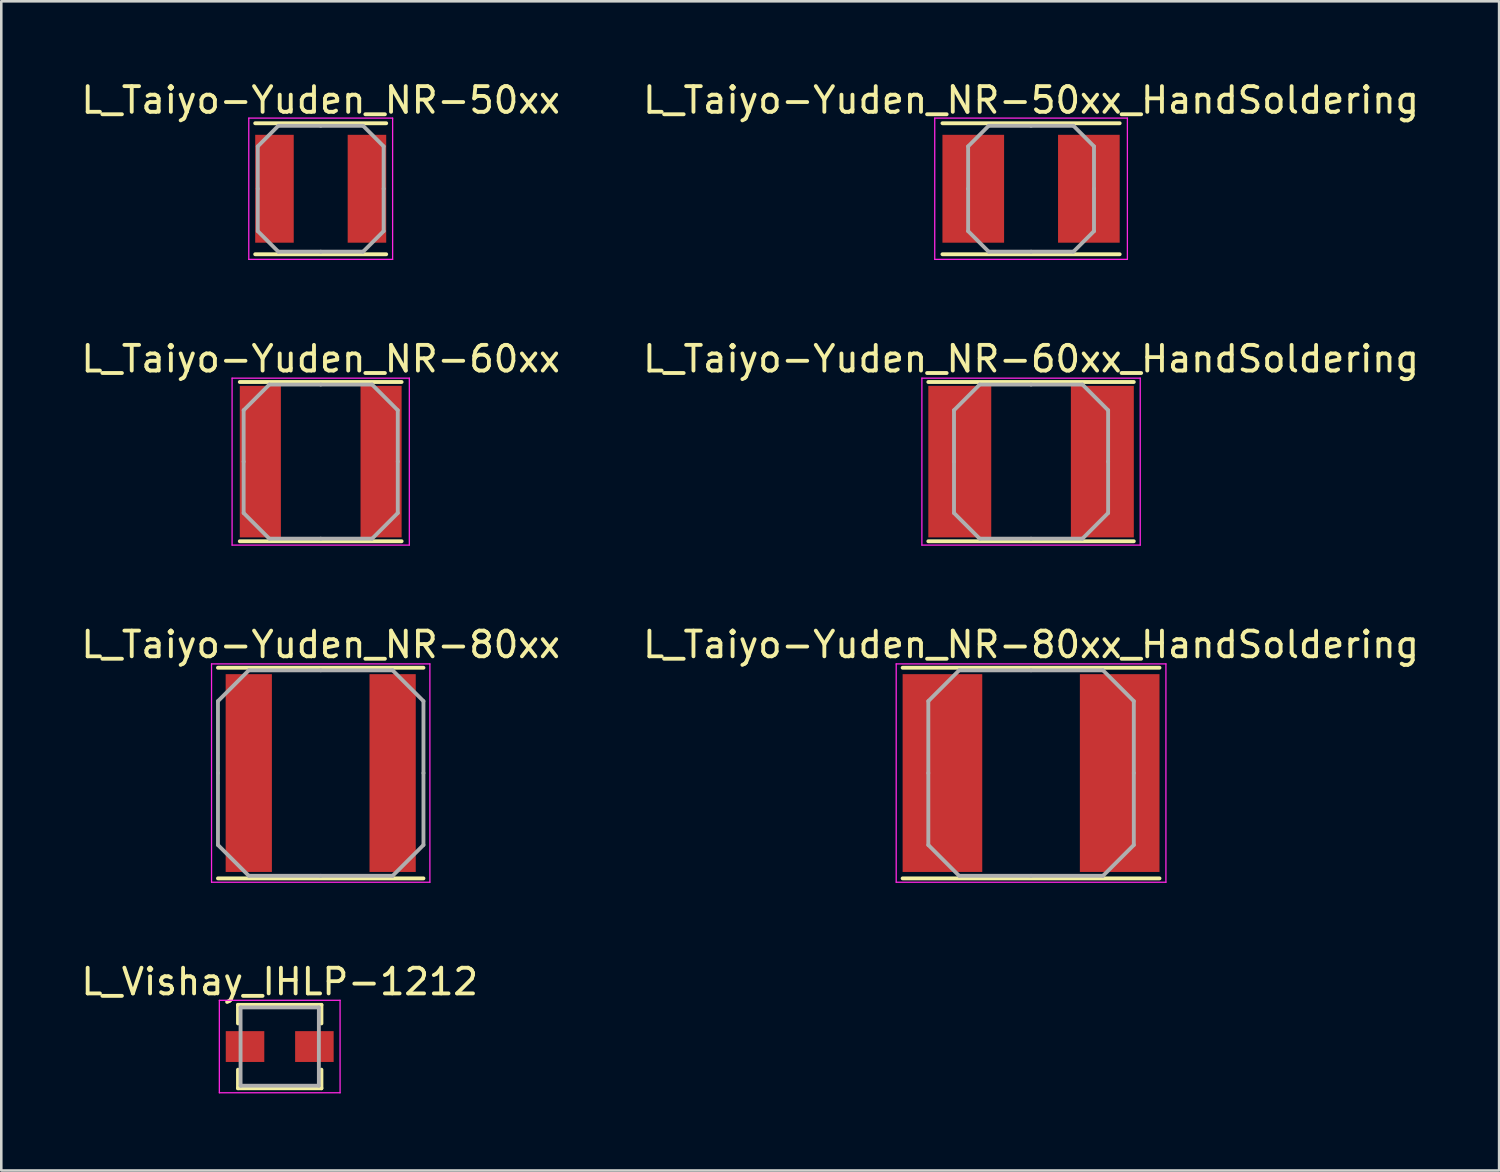
<source format=kicad_pcb>
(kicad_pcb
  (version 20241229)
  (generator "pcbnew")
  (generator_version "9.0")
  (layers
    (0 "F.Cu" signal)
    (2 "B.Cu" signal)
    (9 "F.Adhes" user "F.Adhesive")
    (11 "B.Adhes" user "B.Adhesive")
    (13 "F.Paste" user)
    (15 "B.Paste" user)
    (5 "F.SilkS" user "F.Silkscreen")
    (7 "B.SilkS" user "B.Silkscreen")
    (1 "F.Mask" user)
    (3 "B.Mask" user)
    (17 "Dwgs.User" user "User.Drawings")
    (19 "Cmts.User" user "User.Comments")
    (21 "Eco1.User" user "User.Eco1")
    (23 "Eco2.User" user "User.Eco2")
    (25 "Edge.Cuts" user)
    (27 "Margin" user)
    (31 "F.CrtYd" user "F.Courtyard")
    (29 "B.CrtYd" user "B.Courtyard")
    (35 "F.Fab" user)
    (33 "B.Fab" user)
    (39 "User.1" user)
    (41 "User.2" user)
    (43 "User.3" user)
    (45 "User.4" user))
  (footprint "L_Vishay_IHLP-1212"
    (layer "F.Cu")
    (at 7.839 37.692)
    (property "Reference" "L_Vishay_IHLP-1212" (at 0 -2.524 0) (layer "F.SilkS") (effects (font (size 1 1) (thickness 0.15))))
    (attr smd)
    (fp_line (start -1.624 -1.624) (end 1.624 -1.624) (stroke (width 0.15) (type solid)) (layer "F.SilkS"))
    (fp_line (start -1.624 -0.9) (end -1.624 -1.624) (stroke (width 0.15) (type solid)) (layer "F.SilkS"))
    (fp_line (start -1.624 0.9) (end -1.624 1.624) (stroke (width 0.15) (type solid)) (layer "F.SilkS"))
    (fp_line (start -1.624 1.624) (end 1.624 1.624) (stroke (width 0.15) (type solid)) (layer "F.SilkS"))
    (fp_line (start 1.624 -1.624) (end 1.624 -0.9) (stroke (width 0.15) (type solid)) (layer "F.SilkS"))
    (fp_line (start 1.624 1.624) (end 1.624 0.9) (stroke (width 0.15) (type solid)) (layer "F.SilkS"))
    (fp_line (start -2.35 -1.8) (end -2.35 1.8) (stroke (width 0.05) (type solid)) (layer "F.CrtYd"))
    (fp_line (start -2.35 1.8) (end 2.35 1.8) (stroke (width 0.05) (type solid)) (layer "F.CrtYd"))
    (fp_line (start 2.35 -1.8) (end -2.35 -1.8) (stroke (width 0.05) (type solid)) (layer "F.CrtYd"))
    (fp_line (start 2.35 1.8) (end 2.35 -1.8) (stroke (width 0.05) (type solid)) (layer "F.CrtYd"))
    (fp_line (start -1.524 -1.524) (end -1.524 1.524) (stroke (width 0.15) (type solid)) (layer "F.Fab"))
    (fp_line (start -1.524 1.524) (end 1.524 1.524) (stroke (width 0.15) (type solid)) (layer "F.Fab"))
    (fp_line (start 1.524 -1.524) (end -1.524 -1.524) (stroke (width 0.15) (type solid)) (layer "F.Fab"))
    (fp_line (start 1.524 1.524) (end 1.524 -1.524) (stroke (width 0.15) (type solid)) (layer "F.Fab"))
    (pad "1" smd rect (at -1.35 0) (size 1.5 1.2) (layers "F.Cu" "F.Mask" "F.Paste"))
    (pad "2" smd rect (at 1.35 0) (size 1.5 1.2) (layers "F.Cu" "F.Mask" "F.Paste")))
  (footprint "L_Taiyo-Yuden_NR-60xx_HandSoldering"
    (layer "F.Cu")
    (at 37.089 14.921)
    (property "Reference" "L_Taiyo-Yuden_NR-60xx_HandSoldering" (at 0 -4 0) (layer "F.SilkS") (effects (font (size 1 1) (thickness 0.15))))
    (attr smd)
    (fp_line (start -4 -3.1) (end 4 -3.1) (stroke (width 0.15) (type solid)) (layer "F.SilkS"))
    (fp_line (start -4 3.1) (end 4 3.1) (stroke (width 0.15) (type solid)) (layer "F.SilkS"))
    (fp_line (start -4.25 -3.25) (end -4.25 3.25) (stroke (width 0.05) (type solid)) (layer "F.CrtYd"))
    (fp_line (start -4.25 3.25) (end 4.25 3.25) (stroke (width 0.05) (type solid)) (layer "F.CrtYd"))
    (fp_line (start 4.25 -3.25) (end -4.25 -3.25) (stroke (width 0.05) (type solid)) (layer "F.CrtYd"))
    (fp_line (start 4.25 3.25) (end 4.25 -3.25) (stroke (width 0.05) (type solid)) (layer "F.CrtYd"))
    (fp_line (start -3 -2) (end -2 -3) (stroke (width 0.15) (type solid)) (layer "F.Fab"))
    (fp_line (start -3 0) (end -3 -2) (stroke (width 0.15) (type solid)) (layer "F.Fab"))
    (fp_line (start -3 0) (end -3 2) (stroke (width 0.15) (type solid)) (layer "F.Fab"))
    (fp_line (start -3 2) (end -2 3) (stroke (width 0.15) (type solid)) (layer "F.Fab"))
    (fp_line (start -2 -3) (end 0 -3) (stroke (width 0.15) (type solid)) (layer "F.Fab"))
    (fp_line (start -2 3) (end 0 3) (stroke (width 0.15) (type solid)) (layer "F.Fab"))
    (fp_line (start 2 -3) (end 0 -3) (stroke (width 0.15) (type solid)) (layer "F.Fab"))
    (fp_line (start 2 3) (end 0 3) (stroke (width 0.15) (type solid)) (layer "F.Fab"))
    (fp_line (start 3 -2) (end 2 -3) (stroke (width 0.15) (type solid)) (layer "F.Fab"))
    (fp_line (start 3 0) (end 3 -2) (stroke (width 0.15) (type solid)) (layer "F.Fab"))
    (fp_line (start 3 0) (end 3 2) (stroke (width 0.15) (type solid)) (layer "F.Fab"))
    (fp_line (start 3 2) (end 2 3) (stroke (width 0.15) (type solid)) (layer "F.Fab"))
    (pad "1" smd rect (at -2.775 0) (size 2.45 5.9) (layers "F.Cu" "F.Mask" "F.Paste"))
    (pad "2" smd rect (at 2.775 0) (size 2.45 5.9) (layers "F.Cu" "F.Mask" "F.Paste")))
  (footprint "L_Taiyo-Yuden_NR-80xx_HandSoldering"
    (layer "F.Cu")
    (at 37.089 27.045)
    (property "Reference" "L_Taiyo-Yuden_NR-80xx_HandSoldering" (at 0 -5 0) (layer "F.SilkS") (effects (font (size 1 1) (thickness 0.15))))
    (attr smd)
    (fp_line (start -5 -4.1) (end 5 -4.1) (stroke (width 0.15) (type solid)) (layer "F.SilkS"))
    (fp_line (start -5 4.1) (end 5 4.1) (stroke (width 0.15) (type solid)) (layer "F.SilkS"))
    (fp_line (start -5.25 -4.25) (end -5.25 4.25) (stroke (width 0.05) (type solid)) (layer "F.CrtYd"))
    (fp_line (start -5.25 4.25) (end 5.25 4.25) (stroke (width 0.05) (type solid)) (layer "F.CrtYd"))
    (fp_line (start 5.25 -4.25) (end -5.25 -4.25) (stroke (width 0.05) (type solid)) (layer "F.CrtYd"))
    (fp_line (start 5.25 4.25) (end 5.25 -4.25) (stroke (width 0.05) (type solid)) (layer "F.CrtYd"))
    (fp_line (start -4 -2.8) (end -2.8 -4) (stroke (width 0.15) (type solid)) (layer "F.Fab"))
    (fp_line (start -4 0) (end -4 -2.8) (stroke (width 0.15) (type solid)) (layer "F.Fab"))
    (fp_line (start -4 0) (end -4 2.8) (stroke (width 0.15) (type solid)) (layer "F.Fab"))
    (fp_line (start -4 2.8) (end -2.8 4) (stroke (width 0.15) (type solid)) (layer "F.Fab"))
    (fp_line (start -2.8 -4) (end 0 -4) (stroke (width 0.15) (type solid)) (layer "F.Fab"))
    (fp_line (start -2.8 4) (end 0 4) (stroke (width 0.15) (type solid)) (layer "F.Fab"))
    (fp_line (start 2.8 -4) (end 0 -4) (stroke (width 0.15) (type solid)) (layer "F.Fab"))
    (fp_line (start 2.8 4) (end 0 4) (stroke (width 0.15) (type solid)) (layer "F.Fab"))
    (fp_line (start 4 -2.8) (end 2.8 -4) (stroke (width 0.15) (type solid)) (layer "F.Fab"))
    (fp_line (start 4 0) (end 4 -2.8) (stroke (width 0.15) (type solid)) (layer "F.Fab"))
    (fp_line (start 4 0) (end 4 2.8) (stroke (width 0.15) (type solid)) (layer "F.Fab"))
    (fp_line (start 4 2.8) (end 2.8 4) (stroke (width 0.15) (type solid)) (layer "F.Fab"))
    (pad "1" smd rect (at -3.45 0) (size 3.1 7.7) (layers "F.Cu" "F.Mask" "F.Paste"))
    (pad "2" smd rect (at 3.45 0) (size 3.1 7.7) (layers "F.Cu" "F.Mask" "F.Paste")))
  (footprint "L_Taiyo-Yuden_NR-60xx"
    (layer "F.Cu")
    (at 9.435 14.921)
    (property "Reference" "L_Taiyo-Yuden_NR-60xx" (at 0 -4 0) (layer "F.SilkS") (effects (font (size 1 1) (thickness 0.15))))
    (attr smd)
    (fp_line (start -3.15 -3.1) (end 3.15 -3.1) (stroke (width 0.15) (type solid)) (layer "F.SilkS"))
    (fp_line (start -3.15 3.1) (end 3.15 3.1) (stroke (width 0.15) (type solid)) (layer "F.SilkS"))
    (fp_line (start -3.45 -3.25) (end -3.45 3.25) (stroke (width 0.05) (type solid)) (layer "F.CrtYd"))
    (fp_line (start -3.45 3.25) (end 3.45 3.25) (stroke (width 0.05) (type solid)) (layer "F.CrtYd"))
    (fp_line (start 3.45 -3.25) (end -3.45 -3.25) (stroke (width 0.05) (type solid)) (layer "F.CrtYd"))
    (fp_line (start 3.45 3.25) (end 3.45 -3.25) (stroke (width 0.05) (type solid)) (layer "F.CrtYd"))
    (fp_line (start -3 -2) (end -2 -3) (stroke (width 0.15) (type solid)) (layer "F.Fab"))
    (fp_line (start -3 0) (end -3 -2) (stroke (width 0.15) (type solid)) (layer "F.Fab"))
    (fp_line (start -3 0) (end -3 2) (stroke (width 0.15) (type solid)) (layer "F.Fab"))
    (fp_line (start -3 2) (end -2 3) (stroke (width 0.15) (type solid)) (layer "F.Fab"))
    (fp_line (start -2 -3) (end 0 -3) (stroke (width 0.15) (type solid)) (layer "F.Fab"))
    (fp_line (start -2 3) (end 0 3) (stroke (width 0.15) (type solid)) (layer "F.Fab"))
    (fp_line (start 2 -3) (end 0 -3) (stroke (width 0.15) (type solid)) (layer "F.Fab"))
    (fp_line (start 2 3) (end 0 3) (stroke (width 0.15) (type solid)) (layer "F.Fab"))
    (fp_line (start 3 -2) (end 2 -3) (stroke (width 0.15) (type solid)) (layer "F.Fab"))
    (fp_line (start 3 0) (end 3 -2) (stroke (width 0.15) (type solid)) (layer "F.Fab"))
    (fp_line (start 3 0) (end 3 2) (stroke (width 0.15) (type solid)) (layer "F.Fab"))
    (fp_line (start 3 2) (end 2 3) (stroke (width 0.15) (type solid)) (layer "F.Fab"))
    (pad "1" smd rect (at -2.35 0) (size 1.6 5.9) (layers "F.Cu" "F.Mask" "F.Paste"))
    (pad "2" smd rect (at 2.35 0) (size 1.6 5.9) (layers "F.Cu" "F.Mask" "F.Paste")))
  (footprint "L_Taiyo-Yuden_NR-50xx_HandSoldering"
    (layer "F.Cu")
    (at 37.089 4.298)
    (property "Reference" "L_Taiyo-Yuden_NR-50xx_HandSoldering" (at 0 -3.45 0) (layer "F.SilkS") (effects (font (size 1 1) (thickness 0.15))))
    (attr smd)
    (fp_line (start -3.45 -2.55) (end 3.45 -2.55) (stroke (width 0.15) (type solid)) (layer "F.SilkS"))
    (fp_line (start -3.45 2.55) (end 3.45 2.55) (stroke (width 0.15) (type solid)) (layer "F.SilkS"))
    (fp_line (start -3.75 -2.75) (end -3.75 2.75) (stroke (width 0.05) (type solid)) (layer "F.CrtYd"))
    (fp_line (start -3.75 2.75) (end 3.75 2.75) (stroke (width 0.05) (type solid)) (layer "F.CrtYd"))
    (fp_line (start 3.75 -2.75) (end -3.75 -2.75) (stroke (width 0.05) (type solid)) (layer "F.CrtYd"))
    (fp_line (start 3.75 2.75) (end 3.75 -2.75) (stroke (width 0.05) (type solid)) (layer "F.CrtYd"))
    (fp_line (start -2.45 -1.65) (end -1.65 -2.45) (stroke (width 0.15) (type solid)) (layer "F.Fab"))
    (fp_line (start -2.45 0) (end -2.45 -1.65) (stroke (width 0.15) (type solid)) (layer "F.Fab"))
    (fp_line (start -2.45 0) (end -2.45 1.65) (stroke (width 0.15) (type solid)) (layer "F.Fab"))
    (fp_line (start -2.45 1.65) (end -1.65 2.45) (stroke (width 0.15) (type solid)) (layer "F.Fab"))
    (fp_line (start -1.65 -2.45) (end 0 -2.45) (stroke (width 0.15) (type solid)) (layer "F.Fab"))
    (fp_line (start -1.65 2.45) (end 0 2.45) (stroke (width 0.15) (type solid)) (layer "F.Fab"))
    (fp_line (start 1.65 -2.45) (end 0 -2.45) (stroke (width 0.15) (type solid)) (layer "F.Fab"))
    (fp_line (start 1.65 2.45) (end 0 2.45) (stroke (width 0.15) (type solid)) (layer "F.Fab"))
    (fp_line (start 2.45 -1.65) (end 1.65 -2.45) (stroke (width 0.15) (type solid)) (layer "F.Fab"))
    (fp_line (start 2.45 0) (end 2.45 -1.65) (stroke (width 0.15) (type solid)) (layer "F.Fab"))
    (fp_line (start 2.45 0) (end 2.45 1.65) (stroke (width 0.15) (type solid)) (layer "F.Fab"))
    (fp_line (start 2.45 1.65) (end 1.65 2.45) (stroke (width 0.15) (type solid)) (layer "F.Fab"))
    (pad "1" smd rect (at -2.25 0) (size 2.4 4.2) (layers "F.Cu" "F.Mask" "F.Paste"))
    (pad "2" smd rect (at 2.25 0) (size 2.4 4.2) (layers "F.Cu" "F.Mask" "F.Paste")))
  (footprint "L_Taiyo-Yuden_NR-80xx"
    (layer "F.Cu")
    (at 9.435 27.045)
    (property "Reference" "L_Taiyo-Yuden_NR-80xx" (at 0 -5 0) (layer "F.SilkS") (effects (font (size 1 1) (thickness 0.15))))
    (attr smd)
    (fp_line (start -4 -4.1) (end 4 -4.1) (stroke (width 0.15) (type solid)) (layer "F.SilkS"))
    (fp_line (start -4 4.1) (end 4 4.1) (stroke (width 0.15) (type solid)) (layer "F.SilkS"))
    (fp_line (start -4.25 -4.25) (end -4.25 4.25) (stroke (width 0.05) (type solid)) (layer "F.CrtYd"))
    (fp_line (start -4.25 4.25) (end 4.25 4.25) (stroke (width 0.05) (type solid)) (layer "F.CrtYd"))
    (fp_line (start 4.25 -4.25) (end -4.25 -4.25) (stroke (width 0.05) (type solid)) (layer "F.CrtYd"))
    (fp_line (start 4.25 4.25) (end 4.25 -4.25) (stroke (width 0.05) (type solid)) (layer "F.CrtYd"))
    (fp_line (start -4 -2.8) (end -2.8 -4) (stroke (width 0.15) (type solid)) (layer "F.Fab"))
    (fp_line (start -4 0) (end -4 -2.8) (stroke (width 0.15) (type solid)) (layer "F.Fab"))
    (fp_line (start -4 0) (end -4 2.8) (stroke (width 0.15) (type solid)) (layer "F.Fab"))
    (fp_line (start -4 2.8) (end -2.8 4) (stroke (width 0.15) (type solid)) (layer "F.Fab"))
    (fp_line (start -2.8 -4) (end 0 -4) (stroke (width 0.15) (type solid)) (layer "F.Fab"))
    (fp_line (start -2.8 4) (end 0 4) (stroke (width 0.15) (type solid)) (layer "F.Fab"))
    (fp_line (start 2.8 -4) (end 0 -4) (stroke (width 0.15) (type solid)) (layer "F.Fab"))
    (fp_line (start 2.8 4) (end 0 4) (stroke (width 0.15) (type solid)) (layer "F.Fab"))
    (fp_line (start 4 -2.8) (end 2.8 -4) (stroke (width 0.15) (type solid)) (layer "F.Fab"))
    (fp_line (start 4 0) (end 4 -2.8) (stroke (width 0.15) (type solid)) (layer "F.Fab"))
    (fp_line (start 4 0) (end 4 2.8) (stroke (width 0.15) (type solid)) (layer "F.Fab"))
    (fp_line (start 4 2.8) (end 2.8 4) (stroke (width 0.15) (type solid)) (layer "F.Fab"))
    (pad "1" smd rect (at -2.8 0) (size 1.8 7.7) (layers "F.Cu" "F.Mask" "F.Paste"))
    (pad "2" smd rect (at 2.8 0) (size 1.8 7.7) (layers "F.Cu" "F.Mask" "F.Paste")))
  (footprint "L_Taiyo-Yuden_NR-50xx"
    (layer "F.Cu")
    (at 9.435 4.298)
    (property "Reference" "L_Taiyo-Yuden_NR-50xx" (at 0 -3.45 0) (layer "F.SilkS") (effects (font (size 1 1) (thickness 0.15))))
    (attr smd)
    (fp_line (start -2.55 -2.55) (end 2.55 -2.55) (stroke (width 0.15) (type solid)) (layer "F.SilkS"))
    (fp_line (start -2.55 2.55) (end 2.55 2.55) (stroke (width 0.15) (type solid)) (layer "F.SilkS"))
    (fp_line (start -2.8 -2.75) (end -2.8 2.75) (stroke (width 0.05) (type solid)) (layer "F.CrtYd"))
    (fp_line (start -2.8 2.75) (end 2.8 2.75) (stroke (width 0.05) (type solid)) (layer "F.CrtYd"))
    (fp_line (start 2.8 -2.75) (end -2.8 -2.75) (stroke (width 0.05) (type solid)) (layer "F.CrtYd"))
    (fp_line (start 2.8 2.75) (end 2.8 -2.75) (stroke (width 0.05) (type solid)) (layer "F.CrtYd"))
    (fp_line (start -2.45 -1.65) (end -1.65 -2.45) (stroke (width 0.15) (type solid)) (layer "F.Fab"))
    (fp_line (start -2.45 0) (end -2.45 -1.65) (stroke (width 0.15) (type solid)) (layer "F.Fab"))
    (fp_line (start -2.45 0) (end -2.45 1.65) (stroke (width 0.15) (type solid)) (layer "F.Fab"))
    (fp_line (start -2.45 1.65) (end -1.65 2.45) (stroke (width 0.15) (type solid)) (layer "F.Fab"))
    (fp_line (start -1.65 -2.45) (end 0 -2.45) (stroke (width 0.15) (type solid)) (layer "F.Fab"))
    (fp_line (start -1.65 2.45) (end 0 2.45) (stroke (width 0.15) (type solid)) (layer "F.Fab"))
    (fp_line (start 1.65 -2.45) (end 0 -2.45) (stroke (width 0.15) (type solid)) (layer "F.Fab"))
    (fp_line (start 1.65 2.45) (end 0 2.45) (stroke (width 0.15) (type solid)) (layer "F.Fab"))
    (fp_line (start 2.45 -1.65) (end 1.65 -2.45) (stroke (width 0.15) (type solid)) (layer "F.Fab"))
    (fp_line (start 2.45 0) (end 2.45 -1.65) (stroke (width 0.15) (type solid)) (layer "F.Fab"))
    (fp_line (start 2.45 0) (end 2.45 1.65) (stroke (width 0.15) (type solid)) (layer "F.Fab"))
    (fp_line (start 2.45 1.65) (end 1.65 2.45) (stroke (width 0.15) (type solid)) (layer "F.Fab"))
    (pad "1" smd rect (at -1.8 0) (size 1.5 4.2) (layers "F.Cu" "F.Mask" "F.Paste"))
    (pad "2" smd rect (at 1.8 0) (size 1.5 4.2) (layers "F.Cu" "F.Mask" "F.Paste")))
  (gr_rect
    (start -3 -3)
    (end 55.31 42.517)
    (stroke (width 0.1) (type default))
    (fill no)
    (layer "Edge.Cuts")))
</source>
